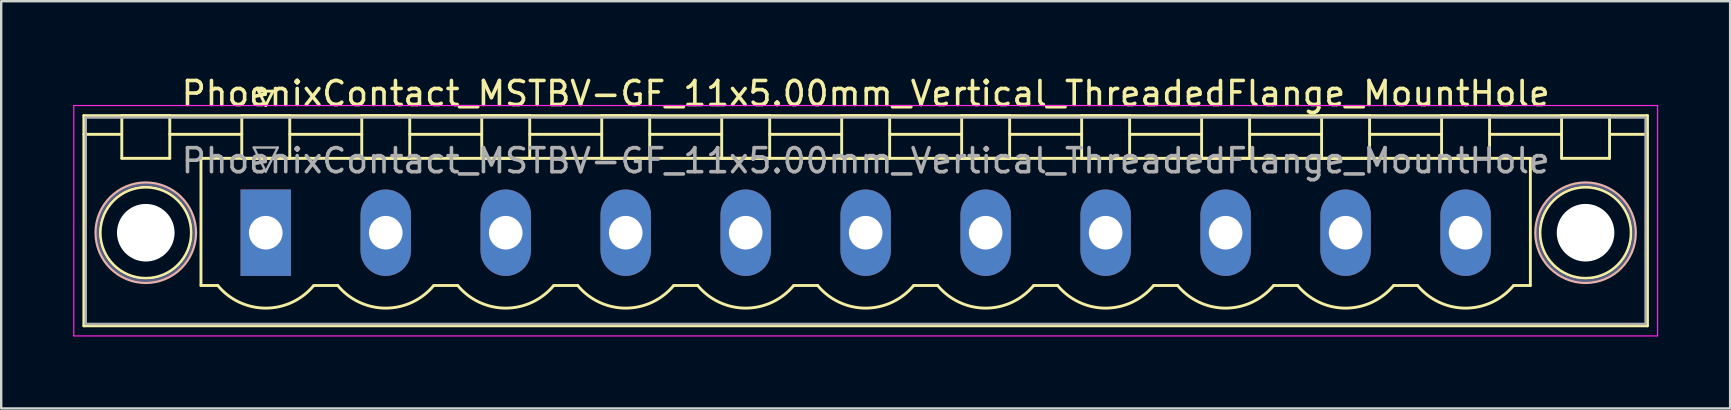
<source format=kicad_pcb>
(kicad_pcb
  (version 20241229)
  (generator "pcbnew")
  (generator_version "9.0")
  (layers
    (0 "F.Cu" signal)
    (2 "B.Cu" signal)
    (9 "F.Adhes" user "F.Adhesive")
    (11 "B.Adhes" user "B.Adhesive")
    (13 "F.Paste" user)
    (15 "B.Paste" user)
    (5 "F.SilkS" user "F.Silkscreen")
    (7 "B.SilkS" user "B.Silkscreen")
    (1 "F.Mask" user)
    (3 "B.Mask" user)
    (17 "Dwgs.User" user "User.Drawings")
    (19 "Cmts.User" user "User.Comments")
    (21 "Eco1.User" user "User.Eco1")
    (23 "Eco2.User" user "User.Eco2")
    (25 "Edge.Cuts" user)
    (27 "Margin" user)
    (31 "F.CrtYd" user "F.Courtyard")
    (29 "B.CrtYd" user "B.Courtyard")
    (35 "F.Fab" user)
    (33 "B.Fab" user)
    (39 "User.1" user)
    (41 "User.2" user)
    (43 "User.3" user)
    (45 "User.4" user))
  (footprint "PhoenixContact_MSTBV-GF_11x5.00mm_Vertical_ThreadedFlange_MountHole"
    (layer "F.Cu")
    (at 8.025 6.648)
    (property "Reference" "PhoenixContact_MSTBV-GF_11x5.00mm_Vertical_ThreadedFlange_MountHole" (at 25 -5.8 0) (layer "F.SilkS") (effects (font (size 1 1) (thickness 0.15))))
    (attr through_hole)
    (fp_line (start -7.58 -4.88) (end -7.58 3.88) (stroke (width 0.12) (type solid)) (layer "F.SilkS"))
    (fp_line (start -7.58 -4.1) (end -6.08 -4.1) (stroke (width 0.12) (type solid)) (layer "F.SilkS"))
    (fp_line (start -7.58 3.88) (end 57.58 3.88) (stroke (width 0.12) (type solid)) (layer "F.SilkS"))
    (fp_line (start -6 -4.88) (end -4 -4.88) (stroke (width 0.12) (type solid)) (layer "F.SilkS"))
    (fp_line (start -6 -3.1) (end -6 -4.88) (stroke (width 0.12) (type solid)) (layer "F.SilkS"))
    (fp_line (start -4 -4.88) (end -4 -3.1) (stroke (width 0.12) (type solid)) (layer "F.SilkS"))
    (fp_line (start -4 -4.1) (end -1 -4.1) (stroke (width 0.12) (type solid)) (layer "F.SilkS"))
    (fp_line (start -4 -3.1) (end -6 -3.1) (stroke (width 0.12) (type solid)) (layer "F.SilkS"))
    (fp_line (start -2.7 -3.1) (end 52.7 -3.1) (stroke (width 0.12) (type solid)) (layer "F.SilkS"))
    (fp_line (start -2.7 2.2) (end -2.7 -3.1) (stroke (width 0.12) (type solid)) (layer "F.SilkS"))
    (fp_line (start -2 2.2) (end -2.7 2.2) (stroke (width 0.12) (type solid)) (layer "F.SilkS"))
    (fp_line (start -1 -4.88) (end 1 -4.88) (stroke (width 0.12) (type solid)) (layer "F.SilkS"))
    (fp_line (start -1 -3.1) (end -1 -4.88) (stroke (width 0.12) (type solid)) (layer "F.SilkS"))
    (fp_line (start -0.3 -5.9) (end 0.3 -5.9) (stroke (width 0.12) (type solid)) (layer "F.SilkS"))
    (fp_line (start 0 -5.3) (end -0.3 -5.9) (stroke (width 0.12) (type solid)) (layer "F.SilkS"))
    (fp_line (start 0.3 -5.9) (end 0 -5.3) (stroke (width 0.12) (type solid)) (layer "F.SilkS"))
    (fp_line (start 1 -4.88) (end 1 -3.1) (stroke (width 0.12) (type solid)) (layer "F.SilkS"))
    (fp_line (start 1 -4.1) (end 4 -4.1) (stroke (width 0.12) (type solid)) (layer "F.SilkS"))
    (fp_line (start 1 -3.1) (end -1 -3.1) (stroke (width 0.12) (type solid)) (layer "F.SilkS"))
    (fp_line (start 2 2.2) (end 3 2.2) (stroke (width 0.12) (type solid)) (layer "F.SilkS"))
    (fp_line (start 4 -4.88) (end 6 -4.88) (stroke (width 0.12) (type solid)) (layer "F.SilkS"))
    (fp_line (start 4 -3.1) (end 4 -4.88) (stroke (width 0.12) (type solid)) (layer "F.SilkS"))
    (fp_line (start 6 -4.88) (end 6 -3.1) (stroke (width 0.12) (type solid)) (layer "F.SilkS"))
    (fp_line (start 6 -4.1) (end 9 -4.1) (stroke (width 0.12) (type solid)) (layer "F.SilkS"))
    (fp_line (start 6 -3.1) (end 4 -3.1) (stroke (width 0.12) (type solid)) (layer "F.SilkS"))
    (fp_line (start 7 2.2) (end 8 2.2) (stroke (width 0.12) (type solid)) (layer "F.SilkS"))
    (fp_line (start 9 -4.88) (end 11 -4.88) (stroke (width 0.12) (type solid)) (layer "F.SilkS"))
    (fp_line (start 9 -3.1) (end 9 -4.88) (stroke (width 0.12) (type solid)) (layer "F.SilkS"))
    (fp_line (start 11 -4.88) (end 11 -3.1) (stroke (width 0.12) (type solid)) (layer "F.SilkS"))
    (fp_line (start 11 -4.1) (end 14 -4.1) (stroke (width 0.12) (type solid)) (layer "F.SilkS"))
    (fp_line (start 11 -3.1) (end 9 -3.1) (stroke (width 0.12) (type solid)) (layer "F.SilkS"))
    (fp_line (start 12 2.2) (end 13 2.2) (stroke (width 0.12) (type solid)) (layer "F.SilkS"))
    (fp_line (start 14 -4.88) (end 16 -4.88) (stroke (width 0.12) (type solid)) (layer "F.SilkS"))
    (fp_line (start 14 -3.1) (end 14 -4.88) (stroke (width 0.12) (type solid)) (layer "F.SilkS"))
    (fp_line (start 16 -4.88) (end 16 -3.1) (stroke (width 0.12) (type solid)) (layer "F.SilkS"))
    (fp_line (start 16 -4.1) (end 19 -4.1) (stroke (width 0.12) (type solid)) (layer "F.SilkS"))
    (fp_line (start 16 -3.1) (end 14 -3.1) (stroke (width 0.12) (type solid)) (layer "F.SilkS"))
    (fp_line (start 17 2.2) (end 18 2.2) (stroke (width 0.12) (type solid)) (layer "F.SilkS"))
    (fp_line (start 19 -4.88) (end 21 -4.88) (stroke (width 0.12) (type solid)) (layer "F.SilkS"))
    (fp_line (start 19 -3.1) (end 19 -4.88) (stroke (width 0.12) (type solid)) (layer "F.SilkS"))
    (fp_line (start 21 -4.88) (end 21 -3.1) (stroke (width 0.12) (type solid)) (layer "F.SilkS"))
    (fp_line (start 21 -4.1) (end 24 -4.1) (stroke (width 0.12) (type solid)) (layer "F.SilkS"))
    (fp_line (start 21 -3.1) (end 19 -3.1) (stroke (width 0.12) (type solid)) (layer "F.SilkS"))
    (fp_line (start 22 2.2) (end 23 2.2) (stroke (width 0.12) (type solid)) (layer "F.SilkS"))
    (fp_line (start 24 -4.88) (end 26 -4.88) (stroke (width 0.12) (type solid)) (layer "F.SilkS"))
    (fp_line (start 24 -3.1) (end 24 -4.88) (stroke (width 0.12) (type solid)) (layer "F.SilkS"))
    (fp_line (start 26 -4.88) (end 26 -3.1) (stroke (width 0.12) (type solid)) (layer "F.SilkS"))
    (fp_line (start 26 -4.1) (end 29 -4.1) (stroke (width 0.12) (type solid)) (layer "F.SilkS"))
    (fp_line (start 26 -3.1) (end 24 -3.1) (stroke (width 0.12) (type solid)) (layer "F.SilkS"))
    (fp_line (start 27 2.2) (end 28 2.2) (stroke (width 0.12) (type solid)) (layer "F.SilkS"))
    (fp_line (start 29 -4.88) (end 31 -4.88) (stroke (width 0.12) (type solid)) (layer "F.SilkS"))
    (fp_line (start 29 -3.1) (end 29 -4.88) (stroke (width 0.12) (type solid)) (layer "F.SilkS"))
    (fp_line (start 31 -4.88) (end 31 -3.1) (stroke (width 0.12) (type solid)) (layer "F.SilkS"))
    (fp_line (start 31 -4.1) (end 34 -4.1) (stroke (width 0.12) (type solid)) (layer "F.SilkS"))
    (fp_line (start 31 -3.1) (end 29 -3.1) (stroke (width 0.12) (type solid)) (layer "F.SilkS"))
    (fp_line (start 32 2.2) (end 33 2.2) (stroke (width 0.12) (type solid)) (layer "F.SilkS"))
    (fp_line (start 34 -4.88) (end 36 -4.88) (stroke (width 0.12) (type solid)) (layer "F.SilkS"))
    (fp_line (start 34 -3.1) (end 34 -4.88) (stroke (width 0.12) (type solid)) (layer "F.SilkS"))
    (fp_line (start 36 -4.88) (end 36 -3.1) (stroke (width 0.12) (type solid)) (layer "F.SilkS"))
    (fp_line (start 36 -4.1) (end 39 -4.1) (stroke (width 0.12) (type solid)) (layer "F.SilkS"))
    (fp_line (start 36 -3.1) (end 34 -3.1) (stroke (width 0.12) (type solid)) (layer "F.SilkS"))
    (fp_line (start 37 2.2) (end 38 2.2) (stroke (width 0.12) (type solid)) (layer "F.SilkS"))
    (fp_line (start 39 -4.88) (end 41 -4.88) (stroke (width 0.12) (type solid)) (layer "F.SilkS"))
    (fp_line (start 39 -3.1) (end 39 -4.88) (stroke (width 0.12) (type solid)) (layer "F.SilkS"))
    (fp_line (start 41 -4.88) (end 41 -3.1) (stroke (width 0.12) (type solid)) (layer "F.SilkS"))
    (fp_line (start 41 -4.1) (end 44 -4.1) (stroke (width 0.12) (type solid)) (layer "F.SilkS"))
    (fp_line (start 41 -3.1) (end 39 -3.1) (stroke (width 0.12) (type solid)) (layer "F.SilkS"))
    (fp_line (start 42 2.2) (end 43 2.2) (stroke (width 0.12) (type solid)) (layer "F.SilkS"))
    (fp_line (start 44 -4.88) (end 46 -4.88) (stroke (width 0.12) (type solid)) (layer "F.SilkS"))
    (fp_line (start 44 -3.1) (end 44 -4.88) (stroke (width 0.12) (type solid)) (layer "F.SilkS"))
    (fp_line (start 46 -4.88) (end 46 -3.1) (stroke (width 0.12) (type solid)) (layer "F.SilkS"))
    (fp_line (start 46 -4.1) (end 49 -4.1) (stroke (width 0.12) (type solid)) (layer "F.SilkS"))
    (fp_line (start 46 -3.1) (end 44 -3.1) (stroke (width 0.12) (type solid)) (layer "F.SilkS"))
    (fp_line (start 47 2.2) (end 48 2.2) (stroke (width 0.12) (type solid)) (layer "F.SilkS"))
    (fp_line (start 49 -4.88) (end 51 -4.88) (stroke (width 0.12) (type solid)) (layer "F.SilkS"))
    (fp_line (start 49 -3.1) (end 49 -4.88) (stroke (width 0.12) (type solid)) (layer "F.SilkS"))
    (fp_line (start 51 -4.88) (end 51 -3.1) (stroke (width 0.12) (type solid)) (layer "F.SilkS"))
    (fp_line (start 51 -4.1) (end 54 -4.1) (stroke (width 0.12) (type solid)) (layer "F.SilkS"))
    (fp_line (start 51 -3.1) (end 49 -3.1) (stroke (width 0.12) (type solid)) (layer "F.SilkS"))
    (fp_line (start 52.7 -3.1) (end 52.7 2.2) (stroke (width 0.12) (type solid)) (layer "F.SilkS"))
    (fp_line (start 52.7 2.2) (end 52 2.2) (stroke (width 0.12) (type solid)) (layer "F.SilkS"))
    (fp_line (start 54 -4.88) (end 56 -4.88) (stroke (width 0.12) (type solid)) (layer "F.SilkS"))
    (fp_line (start 54 -3.1) (end 54 -4.88) (stroke (width 0.12) (type solid)) (layer "F.SilkS"))
    (fp_line (start 56 -4.88) (end 56 -3.1) (stroke (width 0.12) (type solid)) (layer "F.SilkS"))
    (fp_line (start 56 -3.1) (end 54 -3.1) (stroke (width 0.12) (type solid)) (layer "F.SilkS"))
    (fp_line (start 57.58 -4.88) (end -7.58 -4.88) (stroke (width 0.12) (type solid)) (layer "F.SilkS"))
    (fp_line (start 57.58 -4.1) (end 56.08 -4.1) (stroke (width 0.12) (type solid)) (layer "F.SilkS"))
    (fp_line (start 57.58 3.88) (end 57.58 -4.88) (stroke (width 0.12) (type solid)) (layer "F.SilkS"))
    (fp_arc (start 1.986842 2.215821) (mid -0.010289 3.142758) (end -2 2.2) (stroke (width 0.12) (type solid)) (layer "F.SilkS"))
    (fp_arc (start 6.986842 2.215821) (mid 4.989711 3.142758) (end 3 2.2) (stroke (width 0.12) (type solid)) (layer "F.SilkS"))
    (fp_arc (start 11.986842 2.215821) (mid 9.989711 3.142758) (end 8 2.2) (stroke (width 0.12) (type solid)) (layer "F.SilkS"))
    (fp_arc (start 16.986842 2.215821) (mid 14.989711 3.142758) (end 13 2.2) (stroke (width 0.12) (type solid)) (layer "F.SilkS"))
    (fp_arc (start 21.986842 2.215821) (mid 19.989711 3.142758) (end 18 2.2) (stroke (width 0.12) (type solid)) (layer "F.SilkS"))
    (fp_arc (start 26.986842 2.215821) (mid 24.989711 3.142758) (end 23 2.2) (stroke (width 0.12) (type solid)) (layer "F.SilkS"))
    (fp_arc (start 31.986842 2.215821) (mid 29.989711 3.142758) (end 28 2.2) (stroke (width 0.12) (type solid)) (layer "F.SilkS"))
    (fp_arc (start 36.986842 2.215821) (mid 34.989711 3.142758) (end 33 2.2) (stroke (width 0.12) (type solid)) (layer "F.SilkS"))
    (fp_arc (start 41.986842 2.215821) (mid 39.989711 3.142758) (end 38 2.2) (stroke (width 0.12) (type solid)) (layer "F.SilkS"))
    (fp_arc (start 46.986842 2.215821) (mid 44.989711 3.142758) (end 43 2.2) (stroke (width 0.12) (type solid)) (layer "F.SilkS"))
    (fp_arc (start 51.986842 2.215821) (mid 49.989711 3.142758) (end 48 2.2) (stroke (width 0.12) (type solid)) (layer "F.SilkS"))
    (fp_circle (center -5 0) (end -3.1 0) (stroke (width 0.12) (type solid)) (fill no) (layer "F.SilkS"))
    (fp_circle (center 55 0) (end 56.9 0) (stroke (width 0.12) (type solid)) (fill no) (layer "F.SilkS"))
    (fp_circle (center -5 0) (end -2.92 0) (stroke (width 0.12) (type solid)) (fill no) (layer "B.SilkS"))
    (fp_circle (center 55 0) (end 57.08 0) (stroke (width 0.12) (type solid)) (fill no) (layer "B.SilkS"))
    (fp_line (start -8 -5.3) (end -8 4.3) (stroke (width 0.05) (type solid)) (layer "F.CrtYd"))
    (fp_line (start -8 4.3) (end 58 4.3) (stroke (width 0.05) (type solid)) (layer "F.CrtYd"))
    (fp_line (start 58 -5.3) (end -8 -5.3) (stroke (width 0.05) (type solid)) (layer "F.CrtYd"))
    (fp_line (start 58 4.3) (end 58 -5.3) (stroke (width 0.05) (type solid)) (layer "F.CrtYd"))
    (fp_circle (center -5 0) (end -3 0) (stroke (width 0.1) (type solid)) (fill no) (layer "B.Fab"))
    (fp_circle (center 55 0) (end 57 0) (stroke (width 0.1) (type solid)) (fill no) (layer "B.Fab"))
    (fp_line (start -7.5 -4.8) (end -7.5 3.8) (stroke (width 0.1) (type solid)) (layer "F.Fab"))
    (fp_line (start -7.5 3.8) (end 57.5 3.8) (stroke (width 0.1) (type solid)) (layer "F.Fab"))
    (fp_line (start -0.5 -3.55) (end 0.5 -3.55) (stroke (width 0.1) (type solid)) (layer "F.Fab"))
    (fp_line (start 0 -2.55) (end -0.5 -3.55) (stroke (width 0.1) (type solid)) (layer "F.Fab"))
    (fp_line (start 0.5 -3.55) (end 0 -2.55) (stroke (width 0.1) (type solid)) (layer "F.Fab"))
    (fp_line (start 57.5 -4.8) (end -7.5 -4.8) (stroke (width 0.1) (type solid)) (layer "F.Fab"))
    (fp_line (start 57.5 3.8) (end 57.5 -4.8) (stroke (width 0.1) (type solid)) (layer "F.Fab"))
    (fp_text user "${REFERENCE}" (at 25 -3 0) (layer "F.Fab") (effects (font (size 1 1) (thickness 0.15))))
    (pad "" np_thru_hole circle (at -5 0) (size 2.4 2.4) (drill 2.4) (layers "*.Cu" "*.Mask"))
    (pad "" np_thru_hole circle (at 55 0) (size 2.4 2.4) (drill 2.4) (layers "*.Cu" "*.Mask"))
    (pad "1" thru_hole rect (at 0 0) (size 2.1 3.6) (drill 1.4) (layers "*.Cu" "*.Mask"))
    (pad "2" thru_hole oval (at 5 0) (size 2.1 3.6) (drill 1.4) (layers "*.Cu" "*.Mask"))
    (pad "3" thru_hole oval (at 10 0) (size 2.1 3.6) (drill 1.4) (layers "*.Cu" "*.Mask"))
    (pad "4" thru_hole oval (at 15 0) (size 2.1 3.6) (drill 1.4) (layers "*.Cu" "*.Mask"))
    (pad "5" thru_hole oval (at 20 0) (size 2.1 3.6) (drill 1.4) (layers "*.Cu" "*.Mask"))
    (pad "6" thru_hole oval (at 25 0) (size 2.1 3.6) (drill 1.4) (layers "*.Cu" "*.Mask"))
    (pad "7" thru_hole oval (at 30 0) (size 2.1 3.6) (drill 1.4) (layers "*.Cu" "*.Mask"))
    (pad "8" thru_hole oval (at 35 0) (size 2.1 3.6) (drill 1.4) (layers "*.Cu" "*.Mask"))
    (pad "9" thru_hole oval (at 40 0) (size 2.1 3.6) (drill 1.4) (layers "*.Cu" "*.Mask"))
    (pad "10" thru_hole oval (at 45 0) (size 2.1 3.6) (drill 1.4) (layers "*.Cu" "*.Mask"))
    (pad "11" thru_hole oval (at 50 0) (size 2.1 3.6) (drill 1.4) (layers "*.Cu" "*.Mask")))
  (gr_rect
    (start -3 -3)
    (end 69.05 13.973)
    (stroke (width 0.1) (type default))
    (fill no)
    (layer "Edge.Cuts")))
</source>
